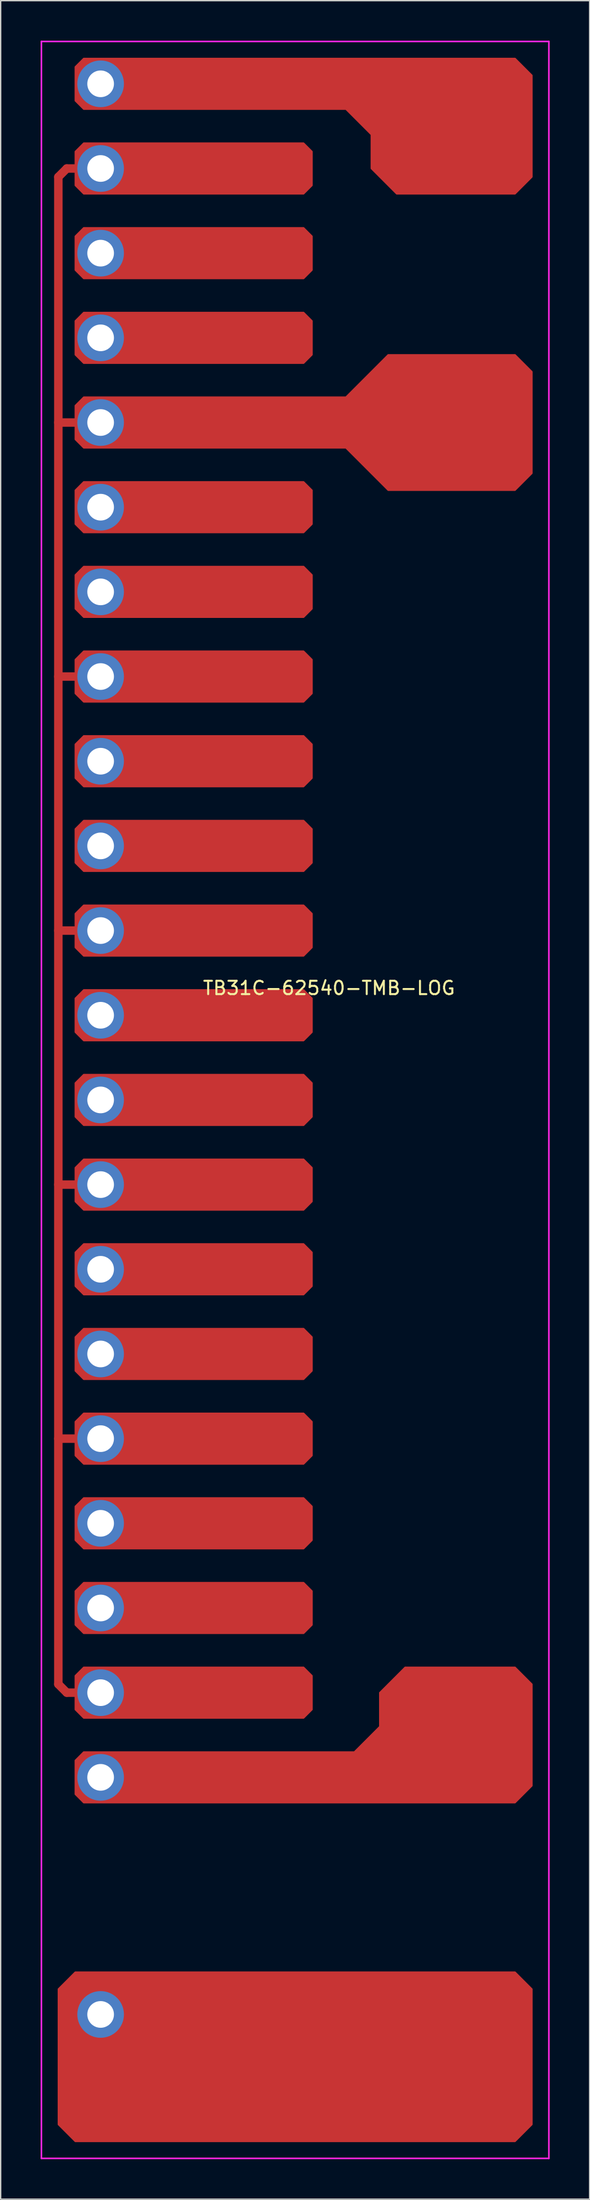
<source format=kicad_pcb>
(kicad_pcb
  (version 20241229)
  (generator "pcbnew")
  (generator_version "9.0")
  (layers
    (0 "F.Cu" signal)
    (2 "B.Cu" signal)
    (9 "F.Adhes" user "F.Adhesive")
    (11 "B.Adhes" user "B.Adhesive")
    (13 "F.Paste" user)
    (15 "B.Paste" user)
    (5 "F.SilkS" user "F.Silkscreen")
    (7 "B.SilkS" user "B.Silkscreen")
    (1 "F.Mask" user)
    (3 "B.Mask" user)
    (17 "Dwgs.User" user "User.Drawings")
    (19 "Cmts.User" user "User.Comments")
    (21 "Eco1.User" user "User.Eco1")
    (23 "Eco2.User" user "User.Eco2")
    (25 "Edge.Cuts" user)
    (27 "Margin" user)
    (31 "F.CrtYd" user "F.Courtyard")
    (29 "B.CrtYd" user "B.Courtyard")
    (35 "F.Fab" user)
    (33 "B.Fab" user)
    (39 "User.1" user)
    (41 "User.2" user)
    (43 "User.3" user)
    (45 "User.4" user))
  (footprint "TB31C-62540-TMB-LOG"
    (layer "F.Cu")
    (at 15.3 86.42)
    (property "Reference" "TB31C-62540-TMB-LOG" (at 6.35 -15.375 0) (layer "F.SilkS") (effects (font (size 1 1) (thickness 0.15))))
    (attr through_hole)
    (fp_line (start -13.97 -76.2) (end -13.97 36.83) (stroke (width 0.635) (type solid)) (layer "F.Cu"))
    (fp_line (start -13.97 -76.2) (end -13.335 -76.835) (stroke (width 0.635) (type solid)) (layer "F.Cu"))
    (fp_line (start -13.97 -57.785) (end -12.065 -57.785) (stroke (width 0.635) (type solid)) (layer "F.Cu"))
    (fp_line (start -13.97 -38.735) (end -12.065 -38.735) (stroke (width 0.635) (type solid)) (layer "F.Cu"))
    (fp_line (start -13.97 -19.685) (end -12.065 -19.685) (stroke (width 0.635) (type solid)) (layer "F.Cu"))
    (fp_line (start -13.97 -0.635) (end -12.065 -0.635) (stroke (width 0.635) (type solid)) (layer "F.Cu"))
    (fp_line (start -13.97 18.415) (end -12.065 18.415) (stroke (width 0.635) (type solid)) (layer "F.Cu"))
    (fp_line (start -13.97 36.83) (end -13.335 37.465) (stroke (width 0.635) (type solid)) (layer "F.Cu"))
    (fp_line (start -13.335 -76.835) (end -12.065 -76.835) (stroke (width 0.635) (type solid)) (layer "F.Cu"))
    (fp_line (start -13.335 37.465) (end -12.065 37.465) (stroke (width 0.635) (type solid)) (layer "F.Cu"))
    (fp_poly (pts (xy 5.08 -78.105) (xy 5.08 -75.565) (xy 4.445 -74.93) (xy -12.065 -74.93) (xy -12.7 -75.565) (xy -12.7 -78.105) (xy -12.065 -78.74) (xy 4.445 -78.74)) (stroke (width 0.1) (type solid)) (fill yes) (layer "F.Cu"))
    (fp_poly (pts (xy 5.08 -71.755) (xy 5.08 -69.215) (xy 4.445 -68.58) (xy -12.065 -68.58) (xy -12.7 -69.215) (xy -12.7 -71.755) (xy -12.065 -72.39) (xy 4.445 -72.39)) (stroke (width 0.1) (type solid)) (fill yes) (layer "F.Cu"))
    (fp_poly (pts (xy 5.08 -65.405) (xy 5.08 -62.865) (xy 4.445 -62.23) (xy -12.065 -62.23) (xy -12.7 -62.865) (xy -12.7 -65.405) (xy -12.065 -66.04) (xy 4.445 -66.04)) (stroke (width 0.1) (type solid)) (fill yes) (layer "F.Cu"))
    (fp_poly (pts (xy 5.08 -52.705) (xy 5.08 -50.165) (xy 4.445 -49.53) (xy -12.065 -49.53) (xy -12.7 -50.165) (xy -12.7 -52.705) (xy -12.065 -53.34) (xy 4.445 -53.34)) (stroke (width 0.1) (type solid)) (fill yes) (layer "F.Cu"))
    (fp_poly (pts (xy 5.08 -46.355) (xy 5.08 -43.815) (xy 4.445 -43.18) (xy -12.065 -43.18) (xy -12.7 -43.815) (xy -12.7 -46.355) (xy -12.065 -46.99) (xy 4.445 -46.99)) (stroke (width 0.1) (type solid)) (fill yes) (layer "F.Cu"))
    (fp_poly (pts (xy 5.08 -40.005) (xy 5.08 -37.465) (xy 4.445 -36.83) (xy -12.065 -36.83) (xy -12.7 -37.465) (xy -12.7 -40.005) (xy -12.065 -40.64) (xy 4.445 -40.64)) (stroke (width 0.1) (type solid)) (fill yes) (layer "F.Cu"))
    (fp_poly (pts (xy 5.08 -33.655) (xy 5.08 -31.115) (xy 4.445 -30.48) (xy -12.065 -30.48) (xy -12.7 -31.115) (xy -12.7 -33.655) (xy -12.065 -34.29) (xy 4.445 -34.29)) (stroke (width 0.1) (type solid)) (fill yes) (layer "F.Cu"))
    (fp_poly (pts (xy 5.08 -27.305) (xy 5.08 -24.765) (xy 4.445 -24.13) (xy -12.065 -24.13) (xy -12.7 -24.765) (xy -12.7 -27.305) (xy -12.065 -27.94) (xy 4.445 -27.94)) (stroke (width 0.1) (type solid)) (fill yes) (layer "F.Cu"))
    (fp_poly (pts (xy 5.08 -20.955) (xy 5.08 -18.415) (xy 4.445 -17.78) (xy -12.065 -17.78) (xy -12.7 -18.415) (xy -12.7 -20.955) (xy -12.065 -21.59) (xy 4.445 -21.59)) (stroke (width 0.1) (type solid)) (fill yes) (layer "F.Cu"))
    (fp_poly (pts (xy 5.08 -14.605) (xy 5.08 -12.065) (xy 4.445 -11.43) (xy -12.065 -11.43) (xy -12.7 -12.065) (xy -12.7 -14.605) (xy -12.065 -15.24) (xy 4.445 -15.24)) (stroke (width 0.1) (type solid)) (fill yes) (layer "F.Cu"))
    (fp_poly (pts (xy 5.08 -8.255) (xy 5.08 -5.715) (xy 4.445 -5.08) (xy -12.065 -5.08) (xy -12.7 -5.715) (xy -12.7 -8.255) (xy -12.065 -8.89) (xy 4.445 -8.89)) (stroke (width 0.1) (type solid)) (fill yes) (layer "F.Cu"))
    (fp_poly (pts (xy 5.08 -1.905) (xy 5.08 0.635) (xy 4.445 1.27) (xy -12.065 1.27) (xy -12.7 0.635) (xy -12.7 -1.905) (xy -12.065 -2.54) (xy 4.445 -2.54)) (stroke (width 0.1) (type solid)) (fill yes) (layer "F.Cu"))
    (fp_poly (pts (xy 5.08 4.445) (xy 5.08 6.985) (xy 4.445 7.62) (xy -12.065 7.62) (xy -12.7 6.985) (xy -12.7 4.445) (xy -12.065 3.81) (xy 4.445 3.81)) (stroke (width 0.1) (type solid)) (fill yes) (layer "F.Cu"))
    (fp_poly (pts (xy 5.08 10.795) (xy 5.08 13.335) (xy 4.445 13.97) (xy -12.065 13.97) (xy -12.7 13.335) (xy -12.7 10.795) (xy -12.065 10.16) (xy 4.445 10.16)) (stroke (width 0.1) (type solid)) (fill yes) (layer "F.Cu"))
    (fp_poly (pts (xy 5.08 17.145) (xy 5.08 19.685) (xy 4.445 20.32) (xy -12.065 20.32) (xy -12.7 19.685) (xy -12.7 17.145) (xy -12.065 16.51) (xy 4.445 16.51)) (stroke (width 0.1) (type solid)) (fill yes) (layer "F.Cu"))
    (fp_poly (pts (xy 5.08 23.495) (xy 5.08 26.035) (xy 4.445 26.67) (xy -12.065 26.67) (xy -12.7 26.035) (xy -12.7 23.495) (xy -12.065 22.86) (xy 4.445 22.86)) (stroke (width 0.1) (type solid)) (fill yes) (layer "F.Cu"))
    (fp_poly (pts (xy 5.08 29.845) (xy 5.08 32.385) (xy 4.445 33.02) (xy -12.065 33.02) (xy -12.7 32.385) (xy -12.7 29.845) (xy -12.065 29.21) (xy 4.445 29.21)) (stroke (width 0.1) (type solid)) (fill yes) (layer "F.Cu"))
    (fp_poly (pts (xy 5.08 36.195) (xy 5.08 38.735) (xy 4.445 39.37) (xy -12.065 39.37) (xy -12.7 38.735) (xy -12.7 36.195) (xy -12.065 35.56) (xy 4.445 35.56)) (stroke (width 0.1) (type solid)) (fill yes) (layer "F.Cu"))
    (fp_poly (pts (xy 21.59 59.69) (xy 21.59 69.85) (xy 20.32 71.12) (xy -12.7 71.12) (xy -13.97 69.85) (xy -13.97 59.69) (xy -12.7 58.42) (xy 20.32 58.42)) (stroke (width 0.1) (type solid)) (fill yes) (layer "F.Cu"))
    (fp_poly (pts (xy 21.59 -83.82) (xy 21.59 -76.2) (xy 20.32 -74.93) (xy 11.43 -74.93) (xy 9.525 -76.835) (xy 9.525 -79.375) (xy 7.62 -81.28) (xy -12.065 -81.28) (xy -12.7 -81.915) (xy -12.7 -84.455) (xy -12.065 -85.09) (xy 20.32 -85.09)) (stroke (width 0.1) (type solid)) (fill yes) (layer "F.Cu"))
    (fp_poly (pts (xy 21.59 -61.595) (xy 21.59 -53.975) (xy 20.32 -52.705) (xy 10.795 -52.705) (xy 7.62 -55.88) (xy -12.065 -55.88) (xy -12.7 -56.515) (xy -12.7 -59.055) (xy -12.065 -59.69) (xy 7.62 -59.69) (xy 10.795 -62.865) (xy 20.32 -62.865)) (stroke (width 0.1) (type solid)) (fill yes) (layer "F.Cu"))
    (fp_poly (pts (xy 21.59 36.83) (xy 21.59 44.45) (xy 20.32 45.72) (xy -12.065 45.72) (xy -12.7 45.085) (xy -12.7 42.545) (xy -12.065 41.91) (xy 8.255 41.91) (xy 10.16 40.005) (xy 10.16 37.465) (xy 12.065 35.56) (xy 20.32 35.56)) (stroke (width 0.1) (type solid)) (fill yes) (layer "F.Cu"))
    (fp_poly (pts (xy 4.889 -78.041) (xy 4.889 -75.629) (xy 4.381 -75.121) (xy -12.002 -75.121) (xy -12.509 -75.629) (xy -12.509 -78.041) (xy -12.002 -78.549) (xy 4.381 -78.549)) (stroke (width 0.1) (type solid)) (fill yes) (layer "F.Mask"))
    (fp_poly (pts (xy 4.889 -71.692) (xy 4.889 -69.278) (xy 4.381 -68.77) (xy -12.002 -68.77) (xy -12.509 -69.278) (xy -12.509 -71.692) (xy -12.002 -72.2) (xy 4.381 -72.2)) (stroke (width 0.1) (type solid)) (fill yes) (layer "F.Mask"))
    (fp_poly (pts (xy 4.889 -65.341) (xy 4.889 -62.928) (xy 4.381 -62.42) (xy -12.002 -62.42) (xy -12.509 -62.928) (xy -12.509 -65.341) (xy -12.002 -65.85) (xy 4.381 -65.85)) (stroke (width 0.1) (type solid)) (fill yes) (layer "F.Mask"))
    (fp_poly (pts (xy 4.889 -52.642) (xy 4.889 -50.228) (xy 4.381 -49.721) (xy -12.002 -49.721) (xy -12.509 -50.228) (xy -12.509 -52.642) (xy -12.002 -53.15) (xy 4.381 -53.15)) (stroke (width 0.1) (type solid)) (fill yes) (layer "F.Mask"))
    (fp_poly (pts (xy 4.889 -46.291) (xy 4.889 -43.879) (xy 4.381 -43.37) (xy -12.002 -43.37) (xy -12.509 -43.879) (xy -12.509 -46.291) (xy -12.002 -46.8) (xy 4.381 -46.8)) (stroke (width 0.1) (type solid)) (fill yes) (layer "F.Mask"))
    (fp_poly (pts (xy 4.889 -39.941) (xy 4.889 -37.529) (xy 4.381 -37.02) (xy -12.002 -37.02) (xy -12.509 -37.529) (xy -12.509 -39.941) (xy -12.002 -40.45) (xy 4.381 -40.45)) (stroke (width 0.1) (type solid)) (fill yes) (layer "F.Mask"))
    (fp_poly (pts (xy 4.889 -33.592) (xy 4.889 -31.178) (xy 4.381 -30.671) (xy -12.002 -30.671) (xy -12.509 -31.178) (xy -12.509 -33.592) (xy -12.002 -34.099) (xy 4.381 -34.099)) (stroke (width 0.1) (type solid)) (fill yes) (layer "F.Mask"))
    (fp_poly (pts (xy 4.889 -27.241) (xy 4.889 -24.828) (xy 4.381 -24.32) (xy -12.002 -24.32) (xy -12.509 -24.828) (xy -12.509 -27.241) (xy -12.002 -27.75) (xy 4.381 -27.75)) (stroke (width 0.1) (type solid)) (fill yes) (layer "F.Mask"))
    (fp_poly (pts (xy 4.889 -20.892) (xy 4.889 -18.479) (xy 4.381 -17.971) (xy -12.002 -17.971) (xy -12.509 -18.479) (xy -12.509 -20.892) (xy -12.002 -21.399) (xy 4.381 -21.399)) (stroke (width 0.1) (type solid)) (fill yes) (layer "F.Mask"))
    (fp_poly (pts (xy 4.889 -14.541) (xy 4.889 -12.129) (xy 4.381 -11.62) (xy -12.002 -11.62) (xy -12.509 -12.129) (xy -12.509 -14.541) (xy -12.002 -15.05) (xy 4.381 -15.05)) (stroke (width 0.1) (type solid)) (fill yes) (layer "F.Mask"))
    (fp_poly (pts (xy 4.889 -8.191) (xy 4.889 -5.779) (xy 4.381 -5.271) (xy -12.002 -5.271) (xy -12.509 -5.779) (xy -12.509 -8.191) (xy -12.002 -8.7) (xy 4.381 -8.7)) (stroke (width 0.1) (type solid)) (fill yes) (layer "F.Mask"))
    (fp_poly (pts (xy 4.889 -1.841) (xy 4.889 0.572) (xy 4.381 1.079) (xy -12.002 1.079) (xy -12.509 0.572) (xy -12.509 -1.841) (xy -12.002 -2.349) (xy 4.381 -2.349)) (stroke (width 0.1) (type solid)) (fill yes) (layer "F.Mask"))
    (fp_poly (pts (xy 4.889 4.508) (xy 4.889 6.921) (xy 4.381 7.429) (xy -12.002 7.429) (xy -12.509 6.921) (xy -12.509 4.508) (xy -12.002 4) (xy 4.381 4)) (stroke (width 0.1) (type solid)) (fill yes) (layer "F.Mask"))
    (fp_poly (pts (xy 4.889 10.858) (xy 4.889 13.271) (xy 4.381 13.78) (xy -12.002 13.78) (xy -12.509 13.271) (xy -12.509 10.858) (xy -12.002 10.351) (xy 4.381 10.351)) (stroke (width 0.1) (type solid)) (fill yes) (layer "F.Mask"))
    (fp_poly (pts (xy 4.889 17.209) (xy 4.889 19.622) (xy 4.381 20.13) (xy -12.002 20.13) (xy -12.509 19.622) (xy -12.509 17.209) (xy -12.002 16.701) (xy 4.381 16.701)) (stroke (width 0.1) (type solid)) (fill yes) (layer "F.Mask"))
    (fp_poly (pts (xy 4.889 23.558) (xy 4.889 25.971) (xy 4.381 26.48) (xy -12.002 26.48) (xy -12.509 25.971) (xy -12.509 23.558) (xy -12.002 23.05) (xy 4.381 23.05)) (stroke (width 0.1) (type solid)) (fill yes) (layer "F.Mask"))
    (fp_poly (pts (xy 4.889 29.909) (xy 4.889 32.322) (xy 4.381 32.83) (xy -12.002 32.83) (xy -12.509 32.322) (xy -12.509 29.909) (xy -12.002 29.401) (xy 4.381 29.401)) (stroke (width 0.1) (type solid)) (fill yes) (layer "F.Mask"))
    (fp_poly (pts (xy 4.889 36.258) (xy 4.889 38.672) (xy 4.381 39.179) (xy -12.002 39.179) (xy -12.509 38.672) (xy -12.509 36.258) (xy -12.002 35.751) (xy 4.381 35.751)) (stroke (width 0.1) (type solid)) (fill yes) (layer "F.Mask"))
    (fp_poly (pts (xy 21.399 59.754) (xy 21.399 69.787) (xy 20.256 70.93) (xy -12.636 70.93) (xy -13.78 69.787) (xy -13.78 59.754) (xy -12.636 58.611) (xy 20.256 58.611)) (stroke (width 0.1) (type solid)) (fill yes) (layer "F.Mask"))
    (fp_poly (pts (xy 21.399 -83.757) (xy 21.399 -76.263) (xy 20.256 -75.121) (xy 11.493 -75.121) (xy 9.716 -76.898) (xy 9.716 -79.439) (xy 7.684 -81.471) (xy -12.002 -81.471) (xy -12.509 -81.978) (xy -12.509 -84.391) (xy -12.002 -84.9) (xy 20.256 -84.9)) (stroke (width 0.1) (type solid)) (fill yes) (layer "F.Mask"))
    (fp_poly (pts (xy 21.399 -61.532) (xy 21.399 -54.038) (xy 20.256 -52.895) (xy 10.858 -52.895) (xy 7.684 -56.071) (xy -12.002 -56.071) (xy -12.509 -56.578) (xy -12.509 -58.992) (xy -12.002 -59.499) (xy 7.684 -59.499) (xy 10.858 -62.675) (xy 20.256 -62.675)) (stroke (width 0.1) (type solid)) (fill yes) (layer "F.Mask"))
    (fp_poly (pts (xy 21.399 36.894) (xy 21.399 44.386) (xy 20.256 45.529) (xy -12.002 45.529) (xy -12.509 45.022) (xy -12.509 42.608) (xy -12.002 42.1) (xy 8.319 42.1) (xy 10.351 40.069) (xy 10.351 37.529) (xy 12.129 35.751) (xy 20.256 35.751)) (stroke (width 0.1) (type solid)) (fill yes) (layer "F.Mask"))
    (fp_line (start -15.24 -86.36) (end -15.24 72.39) (stroke (width 0.12) (type solid)) (layer "F.CrtYd"))
    (fp_line (start -15.24 72.39) (end 22.86 72.39) (stroke (width 0.12) (type solid)) (layer "F.CrtYd"))
    (fp_line (start 22.86 -86.36) (end -15.24 -86.36) (stroke (width 0.12) (type solid)) (layer "F.CrtYd"))
    (fp_line (start 22.86 72.39) (end 22.86 -86.36) (stroke (width 0.12) (type solid)) (layer "F.CrtYd"))
    (pad "1" thru_hole circle (at -10.795 -70.485) (size 3.5 3.5) (drill 2) (layers "*.Cu" "B.Mask"))
    (pad "1" thru_hole circle (at -10.795 -51.435) (size 3.5 3.5) (drill 2) (layers "*.Cu" "B.Mask"))
    (pad "1" thru_hole circle (at -10.795 -32.385) (size 3.5 3.5) (drill 2) (layers "*.Cu" "B.Mask"))
    (pad "1" thru_hole circle (at -10.795 -13.335) (size 3.5 3.5) (drill 2) (layers "*.Cu" "B.Mask"))
    (pad "1" thru_hole circle (at -10.795 5.715) (size 3.5 3.5) (drill 2) (layers "*.Cu" "B.Mask"))
    (pad "1" thru_hole circle (at -10.795 24.765) (size 3.5 3.5) (drill 2) (layers "*.Cu" "B.Mask"))
    (pad "1" thru_hole circle (at -10.795 43.815) (size 3.5 3.5) (drill 2) (layers "*.Cu" "B.Mask"))
    (pad "2" thru_hole circle (at -10.795 -76.835) (size 3.5 3.5) (drill 2) (layers "*.Cu" "B.Mask"))
    (pad "2" thru_hole circle (at -10.795 -57.785) (size 3.5 3.5) (drill 2) (layers "*.Cu" "B.Mask"))
    (pad "2" thru_hole circle (at -10.795 -38.735) (size 3.5 3.5) (drill 2) (layers "*.Cu" "B.Mask"))
    (pad "2" thru_hole circle (at -10.795 -19.685) (size 3.5 3.5) (drill 2) (layers "*.Cu" "B.Mask"))
    (pad "2" thru_hole circle (at -10.795 -0.635) (size 3.5 3.5) (drill 2) (layers "*.Cu" "B.Mask"))
    (pad "2" thru_hole circle (at -10.795 18.415) (size 3.5 3.5) (drill 2) (layers "*.Cu" "B.Mask"))
    (pad "2" thru_hole circle (at -10.795 37.465) (size 3.5 3.5) (drill 2) (layers "*.Cu" "B.Mask"))
    (pad "3" thru_hole circle (at -10.795 -83.185) (size 3.5 3.5) (drill 2) (layers "*.Cu" "B.Mask"))
    (pad "3" thru_hole circle (at -10.795 -64.135) (size 3.5 3.5) (drill 2) (layers "*.Cu" "B.Mask"))
    (pad "3" thru_hole circle (at -10.795 -45.085) (size 3.5 3.5) (drill 2) (layers "*.Cu" "B.Mask"))
    (pad "3" thru_hole circle (at -10.795 -26.035) (size 3.5 3.5) (drill 2) (layers "*.Cu" "B.Mask"))
    (pad "3" thru_hole circle (at -10.795 -6.985) (size 3.5 3.5) (drill 2) (layers "*.Cu" "B.Mask"))
    (pad "3" thru_hole circle (at -10.795 12.065) (size 3.5 3.5) (drill 2) (layers "*.Cu" "B.Mask"))
    (pad "3" thru_hole circle (at -10.795 31.115) (size 3.5 3.5) (drill 2) (layers "*.Cu" "B.Mask"))
    (pad "4" thru_hole circle (at -10.795 61.595) (size 3.5 3.5) (drill 2) (layers "*.Cu" "B.Mask")))
  (gr_rect
    (start -3 -3)
    (end 41.22 161.87)
    (stroke (width 0.1) (type default))
    (fill no)
    (layer "Edge.Cuts")))
</source>
